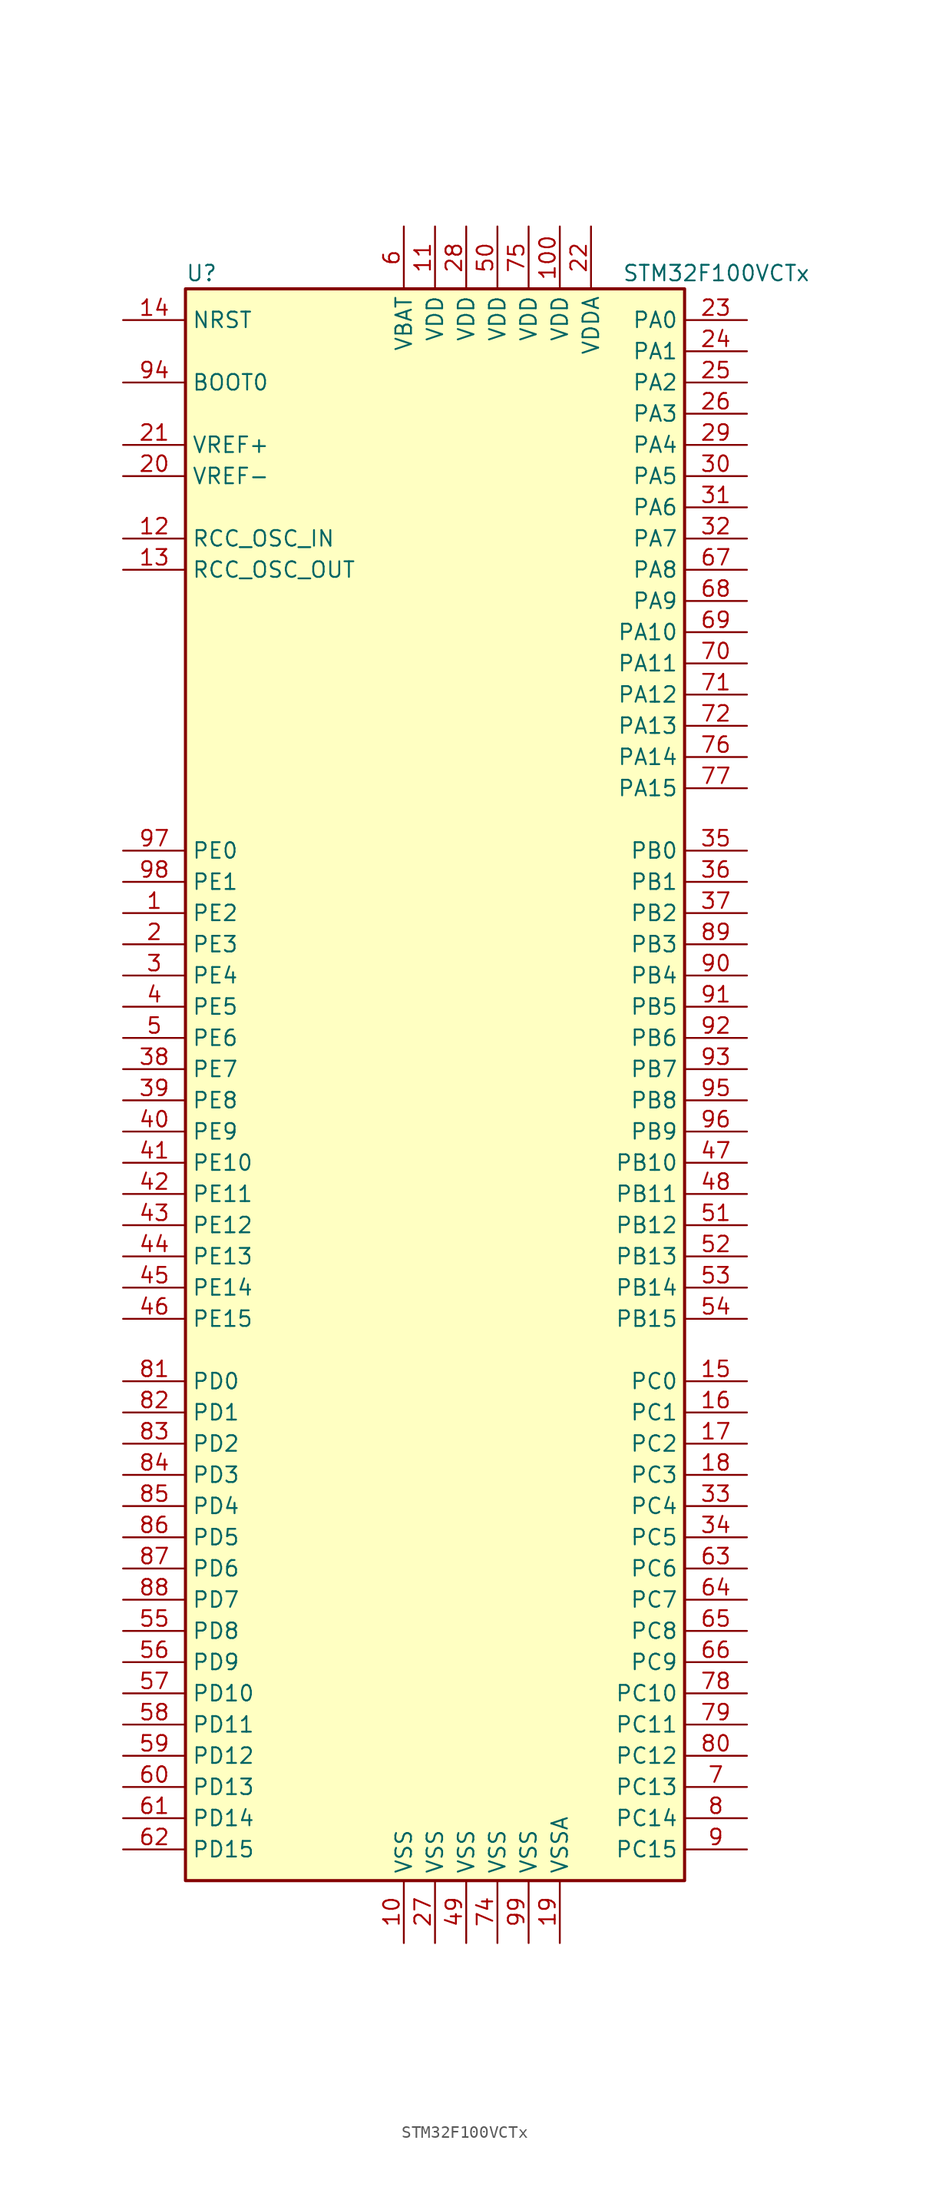
<source format=kicad_sym>
(kicad_symbol_lib
  (version 20211014)
  (generator kicad_symbol_editor)
  (symbol "STM32F100VCTx"
    (property "Reference" "U"
      (at -20.32 64.77 0)
      (effects (font (size 1.27 1.27)) (justify left)))
    (property "Value" "STM32F100VCTx"
      (at 15.24 64.77 0)
      (effects (font (size 1.27 1.27)) (justify left)))
    (symbol "STM32F100VCTx_0_1"
      (rectangle (start -20.32 -66.04) (end 20.32 63.5) (stroke (width 0.254) (type default) (color 0 0 0 0)) (fill (type background))))
    (symbol "STM32F100VCTx_1_1"
      (pin bidirectional line (at -25.4 12.7 0) (length 5.08) (name "PE2" (effects (font (size 1.27 1.27)))) (number "1" (effects (font (size 1.27 1.27)))))
      (pin power_in line (at -2.54 -71.12 90) (length 5.08) (name "VSS" (effects (font (size 1.27 1.27)))) (number "10" (effects (font (size 1.27 1.27)))))
      (pin power_in line (at 10.16 68.58 270) (length 5.08) (name "VDD" (effects (font (size 1.27 1.27)))) (number "100" (effects (font (size 1.27 1.27)))))
      (pin power_in line (at 0 68.58 270) (length 5.08) (name "VDD" (effects (font (size 1.27 1.27)))) (number "11" (effects (font (size 1.27 1.27)))))
      (pin input line (at -25.4 43.18 0) (length 5.08) (name "RCC_OSC_IN" (effects (font (size 1.27 1.27)))) (number "12" (effects (font (size 1.27 1.27)))))
      (pin input line (at -25.4 40.64 0) (length 5.08) (name "RCC_OSC_OUT" (effects (font (size 1.27 1.27)))) (number "13" (effects (font (size 1.27 1.27)))))
      (pin input line (at -25.4 60.96 0) (length 5.08) (name "NRST" (effects (font (size 1.27 1.27)))) (number "14" (effects (font (size 1.27 1.27)))))
      (pin bidirectional line (at 25.4 -25.4 180) (length 5.08) (name "PC0" (effects (font (size 1.27 1.27)))) (number "15" (effects (font (size 1.27 1.27)))))
      (pin bidirectional line (at 25.4 -27.94 180) (length 5.08) (name "PC1" (effects (font (size 1.27 1.27)))) (number "16" (effects (font (size 1.27 1.27)))))
      (pin bidirectional line (at 25.4 -30.48 180) (length 5.08) (name "PC2" (effects (font (size 1.27 1.27)))) (number "17" (effects (font (size 1.27 1.27)))))
      (pin bidirectional line (at 25.4 -33.02 180) (length 5.08) (name "PC3" (effects (font (size 1.27 1.27)))) (number "18" (effects (font (size 1.27 1.27)))))
      (pin power_in line (at 10.16 -71.12 90) (length 5.08) (name "VSSA" (effects (font (size 1.27 1.27)))) (number "19" (effects (font (size 1.27 1.27)))))
      (pin bidirectional line (at -25.4 10.16 0) (length 5.08) (name "PE3" (effects (font (size 1.27 1.27)))) (number "2" (effects (font (size 1.27 1.27)))))
      (pin power_in line (at -25.4 48.26 0) (length 5.08) (name "VREF-" (effects (font (size 1.27 1.27)))) (number "20" (effects (font (size 1.27 1.27)))))
      (pin power_in line (at -25.4 50.8 0) (length 5.08) (name "VREF+" (effects (font (size 1.27 1.27)))) (number "21" (effects (font (size 1.27 1.27)))))
      (pin power_in line (at 12.7 68.58 270) (length 5.08) (name "VDDA" (effects (font (size 1.27 1.27)))) (number "22" (effects (font (size 1.27 1.27)))))
      (pin bidirectional line (at 25.4 60.96 180) (length 5.08) (name "PA0" (effects (font (size 1.27 1.27)))) (number "23" (effects (font (size 1.27 1.27)))))
      (pin bidirectional line (at 25.4 58.42 180) (length 5.08) (name "PA1" (effects (font (size 1.27 1.27)))) (number "24" (effects (font (size 1.27 1.27)))))
      (pin bidirectional line (at 25.4 55.88 180) (length 5.08) (name "PA2" (effects (font (size 1.27 1.27)))) (number "25" (effects (font (size 1.27 1.27)))))
      (pin bidirectional line (at 25.4 53.34 180) (length 5.08) (name "PA3" (effects (font (size 1.27 1.27)))) (number "26" (effects (font (size 1.27 1.27)))))
      (pin power_in line (at 0 -71.12 90) (length 5.08) (name "VSS" (effects (font (size 1.27 1.27)))) (number "27" (effects (font (size 1.27 1.27)))))
      (pin power_in line (at 2.54 68.58 270) (length 5.08) (name "VDD" (effects (font (size 1.27 1.27)))) (number "28" (effects (font (size 1.27 1.27)))))
      (pin bidirectional line (at 25.4 50.8 180) (length 5.08) (name "PA4" (effects (font (size 1.27 1.27)))) (number "29" (effects (font (size 1.27 1.27)))))
      (pin bidirectional line (at -25.4 7.62 0) (length 5.08) (name "PE4" (effects (font (size 1.27 1.27)))) (number "3" (effects (font (size 1.27 1.27)))))
      (pin bidirectional line (at 25.4 48.26 180) (length 5.08) (name "PA5" (effects (font (size 1.27 1.27)))) (number "30" (effects (font (size 1.27 1.27)))))
      (pin bidirectional line (at 25.4 45.72 180) (length 5.08) (name "PA6" (effects (font (size 1.27 1.27)))) (number "31" (effects (font (size 1.27 1.27)))))
      (pin bidirectional line (at 25.4 43.18 180) (length 5.08) (name "PA7" (effects (font (size 1.27 1.27)))) (number "32" (effects (font (size 1.27 1.27)))))
      (pin bidirectional line (at 25.4 -35.56 180) (length 5.08) (name "PC4" (effects (font (size 1.27 1.27)))) (number "33" (effects (font (size 1.27 1.27)))))
      (pin bidirectional line (at 25.4 -38.1 180) (length 5.08) (name "PC5" (effects (font (size 1.27 1.27)))) (number "34" (effects (font (size 1.27 1.27)))))
      (pin bidirectional line (at 25.4 17.78 180) (length 5.08) (name "PB0" (effects (font (size 1.27 1.27)))) (number "35" (effects (font (size 1.27 1.27)))))
      (pin bidirectional line (at 25.4 15.24 180) (length 5.08) (name "PB1" (effects (font (size 1.27 1.27)))) (number "36" (effects (font (size 1.27 1.27)))))
      (pin bidirectional line (at 25.4 12.7 180) (length 5.08) (name "PB2" (effects (font (size 1.27 1.27)))) (number "37" (effects (font (size 1.27 1.27)))))
      (pin bidirectional line (at -25.4 0 0) (length 5.08) (name "PE7" (effects (font (size 1.27 1.27)))) (number "38" (effects (font (size 1.27 1.27)))))
      (pin bidirectional line (at -25.4 -2.54 0) (length 5.08) (name "PE8" (effects (font (size 1.27 1.27)))) (number "39" (effects (font (size 1.27 1.27)))))
      (pin bidirectional line (at -25.4 5.08 0) (length 5.08) (name "PE5" (effects (font (size 1.27 1.27)))) (number "4" (effects (font (size 1.27 1.27)))))
      (pin bidirectional line (at -25.4 -5.08 0) (length 5.08) (name "PE9" (effects (font (size 1.27 1.27)))) (number "40" (effects (font (size 1.27 1.27)))))
      (pin bidirectional line (at -25.4 -7.62 0) (length 5.08) (name "PE10" (effects (font (size 1.27 1.27)))) (number "41" (effects (font (size 1.27 1.27)))))
      (pin bidirectional line (at -25.4 -10.16 0) (length 5.08) (name "PE11" (effects (font (size 1.27 1.27)))) (number "42" (effects (font (size 1.27 1.27)))))
      (pin bidirectional line (at -25.4 -12.7 0) (length 5.08) (name "PE12" (effects (font (size 1.27 1.27)))) (number "43" (effects (font (size 1.27 1.27)))))
      (pin bidirectional line (at -25.4 -15.24 0) (length 5.08) (name "PE13" (effects (font (size 1.27 1.27)))) (number "44" (effects (font (size 1.27 1.27)))))
      (pin bidirectional line (at -25.4 -17.78 0) (length 5.08) (name "PE14" (effects (font (size 1.27 1.27)))) (number "45" (effects (font (size 1.27 1.27)))))
      (pin bidirectional line (at -25.4 -20.32 0) (length 5.08) (name "PE15" (effects (font (size 1.27 1.27)))) (number "46" (effects (font (size 1.27 1.27)))))
      (pin bidirectional line (at 25.4 -7.62 180) (length 5.08) (name "PB10" (effects (font (size 1.27 1.27)))) (number "47" (effects (font (size 1.27 1.27)))))
      (pin bidirectional line (at 25.4 -10.16 180) (length 5.08) (name "PB11" (effects (font (size 1.27 1.27)))) (number "48" (effects (font (size 1.27 1.27)))))
      (pin power_in line (at 2.54 -71.12 90) (length 5.08) (name "VSS" (effects (font (size 1.27 1.27)))) (number "49" (effects (font (size 1.27 1.27)))))
      (pin bidirectional line (at -25.4 2.54 0) (length 5.08) (name "PE6" (effects (font (size 1.27 1.27)))) (number "5" (effects (font (size 1.27 1.27)))))
      (pin power_in line (at 5.08 68.58 270) (length 5.08) (name "VDD" (effects (font (size 1.27 1.27)))) (number "50" (effects (font (size 1.27 1.27)))))
      (pin bidirectional line (at 25.4 -12.7 180) (length 5.08) (name "PB12" (effects (font (size 1.27 1.27)))) (number "51" (effects (font (size 1.27 1.27)))))
      (pin bidirectional line (at 25.4 -15.24 180) (length 5.08) (name "PB13" (effects (font (size 1.27 1.27)))) (number "52" (effects (font (size 1.27 1.27)))))
      (pin bidirectional line (at 25.4 -17.78 180) (length 5.08) (name "PB14" (effects (font (size 1.27 1.27)))) (number "53" (effects (font (size 1.27 1.27)))))
      (pin bidirectional line (at 25.4 -20.32 180) (length 5.08) (name "PB15" (effects (font (size 1.27 1.27)))) (number "54" (effects (font (size 1.27 1.27)))))
      (pin bidirectional line (at -25.4 -45.72 0) (length 5.08) (name "PD8" (effects (font (size 1.27 1.27)))) (number "55" (effects (font (size 1.27 1.27)))))
      (pin bidirectional line (at -25.4 -48.26 0) (length 5.08) (name "PD9" (effects (font (size 1.27 1.27)))) (number "56" (effects (font (size 1.27 1.27)))))
      (pin bidirectional line (at -25.4 -50.8 0) (length 5.08) (name "PD10" (effects (font (size 1.27 1.27)))) (number "57" (effects (font (size 1.27 1.27)))))
      (pin bidirectional line (at -25.4 -53.34 0) (length 5.08) (name "PD11" (effects (font (size 1.27 1.27)))) (number "58" (effects (font (size 1.27 1.27)))))
      (pin bidirectional line (at -25.4 -55.88 0) (length 5.08) (name "PD12" (effects (font (size 1.27 1.27)))) (number "59" (effects (font (size 1.27 1.27)))))
      (pin power_in line (at -2.54 68.58 270) (length 5.08) (name "VBAT" (effects (font (size 1.27 1.27)))) (number "6" (effects (font (size 1.27 1.27)))))
      (pin bidirectional line (at -25.4 -58.42 0) (length 5.08) (name "PD13" (effects (font (size 1.27 1.27)))) (number "60" (effects (font (size 1.27 1.27)))))
      (pin bidirectional line (at -25.4 -60.96 0) (length 5.08) (name "PD14" (effects (font (size 1.27 1.27)))) (number "61" (effects (font (size 1.27 1.27)))))
      (pin bidirectional line (at -25.4 -63.5 0) (length 5.08) (name "PD15" (effects (font (size 1.27 1.27)))) (number "62" (effects (font (size 1.27 1.27)))))
      (pin bidirectional line (at 25.4 -40.64 180) (length 5.08) (name "PC6" (effects (font (size 1.27 1.27)))) (number "63" (effects (font (size 1.27 1.27)))))
      (pin bidirectional line (at 25.4 -43.18 180) (length 5.08) (name "PC7" (effects (font (size 1.27 1.27)))) (number "64" (effects (font (size 1.27 1.27)))))
      (pin bidirectional line (at 25.4 -45.72 180) (length 5.08) (name "PC8" (effects (font (size 1.27 1.27)))) (number "65" (effects (font (size 1.27 1.27)))))
      (pin bidirectional line (at 25.4 -48.26 180) (length 5.08) (name "PC9" (effects (font (size 1.27 1.27)))) (number "66" (effects (font (size 1.27 1.27)))))
      (pin bidirectional line (at 25.4 40.64 180) (length 5.08) (name "PA8" (effects (font (size 1.27 1.27)))) (number "67" (effects (font (size 1.27 1.27)))))
      (pin bidirectional line (at 25.4 38.1 180) (length 5.08) (name "PA9" (effects (font (size 1.27 1.27)))) (number "68" (effects (font (size 1.27 1.27)))))
      (pin bidirectional line (at 25.4 35.56 180) (length 5.08) (name "PA10" (effects (font (size 1.27 1.27)))) (number "69" (effects (font (size 1.27 1.27)))))
      (pin bidirectional line (at 25.4 -58.42 180) (length 5.08) (name "PC13" (effects (font (size 1.27 1.27)))) (number "7" (effects (font (size 1.27 1.27)))))
      (pin bidirectional line (at 25.4 33.02 180) (length 5.08) (name "PA11" (effects (font (size 1.27 1.27)))) (number "70" (effects (font (size 1.27 1.27)))))
      (pin bidirectional line (at 25.4 30.48 180) (length 5.08) (name "PA12" (effects (font (size 1.27 1.27)))) (number "71" (effects (font (size 1.27 1.27)))))
      (pin bidirectional line (at 25.4 27.94 180) (length 5.08) (name "PA13" (effects (font (size 1.27 1.27)))) (number "72" (effects (font (size 1.27 1.27)))))
      (pin no_connect line (at -20.32 -63.5 0) (length 5.08) hide (name "NC" (effects (font (size 1.27 1.27)))) (number "73" (effects (font (size 1.27 1.27)))))
      (pin power_in line (at 5.08 -71.12 90) (length 5.08) (name "VSS" (effects (font (size 1.27 1.27)))) (number "74" (effects (font (size 1.27 1.27)))))
      (pin power_in line (at 7.62 68.58 270) (length 5.08) (name "VDD" (effects (font (size 1.27 1.27)))) (number "75" (effects (font (size 1.27 1.27)))))
      (pin bidirectional line (at 25.4 25.4 180) (length 5.08) (name "PA14" (effects (font (size 1.27 1.27)))) (number "76" (effects (font (size 1.27 1.27)))))
      (pin bidirectional line (at 25.4 22.86 180) (length 5.08) (name "PA15" (effects (font (size 1.27 1.27)))) (number "77" (effects (font (size 1.27 1.27)))))
      (pin bidirectional line (at 25.4 -50.8 180) (length 5.08) (name "PC10" (effects (font (size 1.27 1.27)))) (number "78" (effects (font (size 1.27 1.27)))))
      (pin bidirectional line (at 25.4 -53.34 180) (length 5.08) (name "PC11" (effects (font (size 1.27 1.27)))) (number "79" (effects (font (size 1.27 1.27)))))
      (pin bidirectional line (at 25.4 -60.96 180) (length 5.08) (name "PC14" (effects (font (size 1.27 1.27)))) (number "8" (effects (font (size 1.27 1.27)))))
      (pin bidirectional line (at 25.4 -55.88 180) (length 5.08) (name "PC12" (effects (font (size 1.27 1.27)))) (number "80" (effects (font (size 1.27 1.27)))))
      (pin bidirectional line (at -25.4 -25.4 0) (length 5.08) (name "PD0" (effects (font (size 1.27 1.27)))) (number "81" (effects (font (size 1.27 1.27)))))
      (pin bidirectional line (at -25.4 -27.94 0) (length 5.08) (name "PD1" (effects (font (size 1.27 1.27)))) (number "82" (effects (font (size 1.27 1.27)))))
      (pin bidirectional line (at -25.4 -30.48 0) (length 5.08) (name "PD2" (effects (font (size 1.27 1.27)))) (number "83" (effects (font (size 1.27 1.27)))))
      (pin bidirectional line (at -25.4 -33.02 0) (length 5.08) (name "PD3" (effects (font (size 1.27 1.27)))) (number "84" (effects (font (size 1.27 1.27)))))
      (pin bidirectional line (at -25.4 -35.56 0) (length 5.08) (name "PD4" (effects (font (size 1.27 1.27)))) (number "85" (effects (font (size 1.27 1.27)))))
      (pin bidirectional line (at -25.4 -38.1 0) (length 5.08) (name "PD5" (effects (font (size 1.27 1.27)))) (number "86" (effects (font (size 1.27 1.27)))))
      (pin bidirectional line (at -25.4 -40.64 0) (length 5.08) (name "PD6" (effects (font (size 1.27 1.27)))) (number "87" (effects (font (size 1.27 1.27)))))
      (pin bidirectional line (at -25.4 -43.18 0) (length 5.08) (name "PD7" (effects (font (size 1.27 1.27)))) (number "88" (effects (font (size 1.27 1.27)))))
      (pin bidirectional line (at 25.4 10.16 180) (length 5.08) (name "PB3" (effects (font (size 1.27 1.27)))) (number "89" (effects (font (size 1.27 1.27)))))
      (pin bidirectional line (at 25.4 -63.5 180) (length 5.08) (name "PC15" (effects (font (size 1.27 1.27)))) (number "9" (effects (font (size 1.27 1.27)))))
      (pin bidirectional line (at 25.4 7.62 180) (length 5.08) (name "PB4" (effects (font (size 1.27 1.27)))) (number "90" (effects (font (size 1.27 1.27)))))
      (pin bidirectional line (at 25.4 5.08 180) (length 5.08) (name "PB5" (effects (font (size 1.27 1.27)))) (number "91" (effects (font (size 1.27 1.27)))))
      (pin bidirectional line (at 25.4 2.54 180) (length 5.08) (name "PB6" (effects (font (size 1.27 1.27)))) (number "92" (effects (font (size 1.27 1.27)))))
      (pin bidirectional line (at 25.4 0 180) (length 5.08) (name "PB7" (effects (font (size 1.27 1.27)))) (number "93" (effects (font (size 1.27 1.27)))))
      (pin input line (at -25.4 55.88 0) (length 5.08) (name "BOOT0" (effects (font (size 1.27 1.27)))) (number "94" (effects (font (size 1.27 1.27)))))
      (pin bidirectional line (at 25.4 -2.54 180) (length 5.08) (name "PB8" (effects (font (size 1.27 1.27)))) (number "95" (effects (font (size 1.27 1.27)))))
      (pin bidirectional line (at 25.4 -5.08 180) (length 5.08) (name "PB9" (effects (font (size 1.27 1.27)))) (number "96" (effects (font (size 1.27 1.27)))))
      (pin bidirectional line (at -25.4 17.78 0) (length 5.08) (name "PE0" (effects (font (size 1.27 1.27)))) (number "97" (effects (font (size 1.27 1.27)))))
      (pin bidirectional line (at -25.4 15.24 0) (length 5.08) (name "PE1" (effects (font (size 1.27 1.27)))) (number "98" (effects (font (size 1.27 1.27)))))
      (pin power_in line (at 7.62 -71.12 90) (length 5.08) (name "VSS" (effects (font (size 1.27 1.27)))) (number "99" (effects (font (size 1.27 1.27))))))))
</source>
